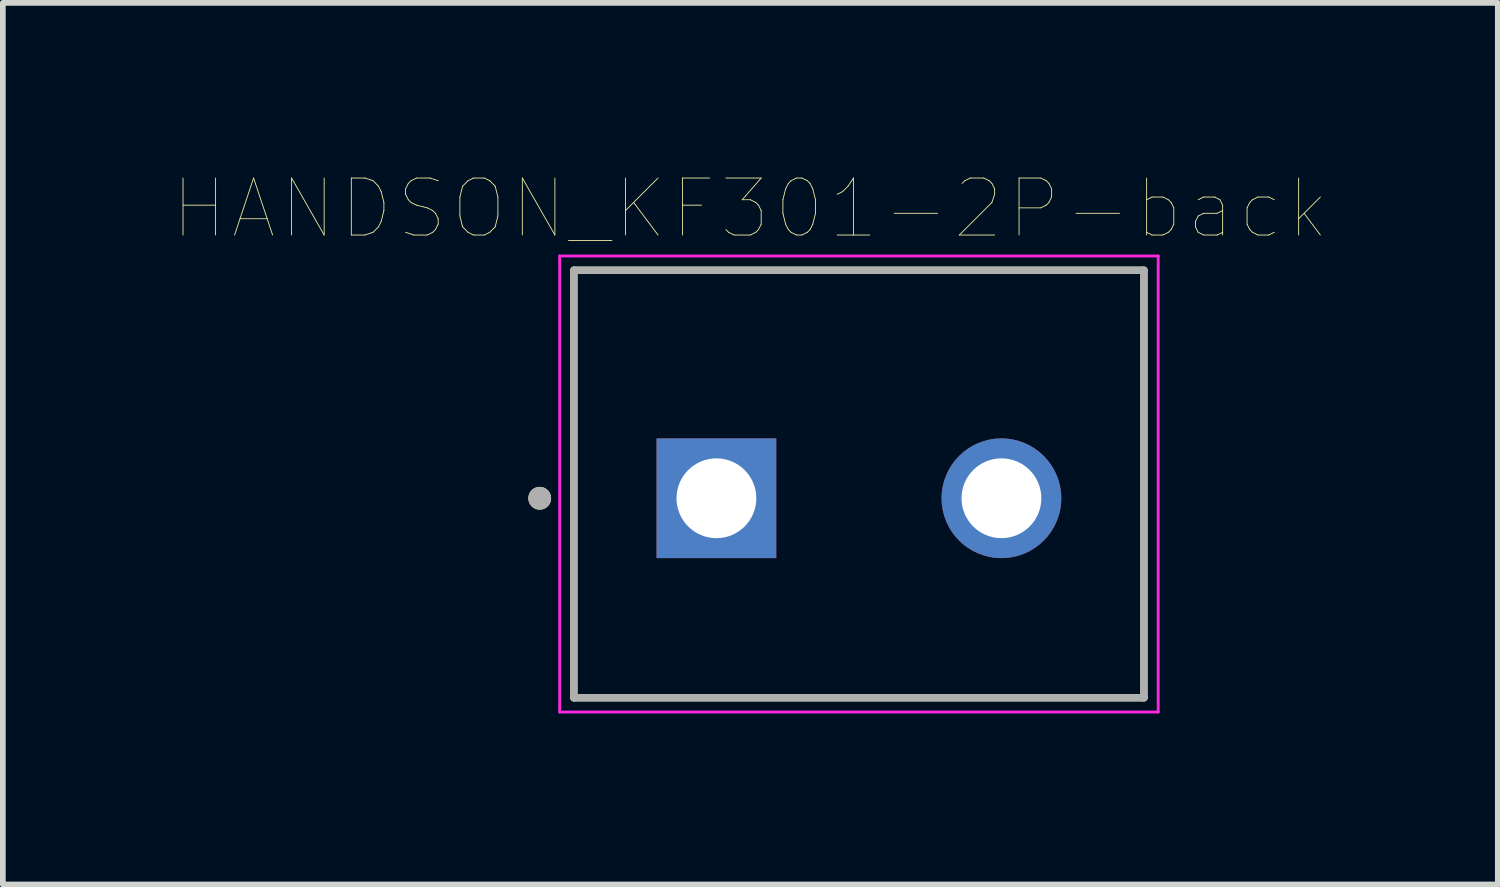
<source format=kicad_pcb>
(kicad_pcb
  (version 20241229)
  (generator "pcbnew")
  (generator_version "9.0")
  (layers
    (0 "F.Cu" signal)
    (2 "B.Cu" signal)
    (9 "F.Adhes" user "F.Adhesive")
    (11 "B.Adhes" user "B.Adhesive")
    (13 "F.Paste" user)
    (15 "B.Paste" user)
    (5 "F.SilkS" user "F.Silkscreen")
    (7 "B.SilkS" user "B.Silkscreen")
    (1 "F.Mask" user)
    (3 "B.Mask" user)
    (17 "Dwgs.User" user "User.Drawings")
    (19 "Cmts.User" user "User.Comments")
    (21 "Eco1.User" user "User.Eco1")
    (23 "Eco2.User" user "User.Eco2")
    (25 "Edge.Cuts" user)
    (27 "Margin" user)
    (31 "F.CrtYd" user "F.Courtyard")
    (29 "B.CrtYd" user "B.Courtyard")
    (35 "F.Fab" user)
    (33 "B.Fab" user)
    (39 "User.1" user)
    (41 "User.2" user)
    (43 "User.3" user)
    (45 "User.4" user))
  (footprint "HANDSON_KF301-2P-back"
    (layer "F.Cu")
    (at 12.018 5.691)
    (property "Reference" "HANDSON_KF301-2P-back" (at -1.905 -5.08 0) (layer "F.SilkS") (effects (font (size 1 1) (thickness 0.015))))
    (attr through_hole)
    (fp_line (start -5 -4) (end 5 -4) (stroke (width 0.127) (type solid)) (layer "F.SilkS"))
    (fp_line (start -5 3.5) (end -5 -4) (stroke (width 0.127) (type solid)) (layer "F.SilkS"))
    (fp_line (start 5 -4) (end 5 3.5) (stroke (width 0.127) (type solid)) (layer "F.SilkS"))
    (fp_line (start 5 3.5) (end -5 3.5) (stroke (width 0.127) (type solid)) (layer "F.SilkS"))
    (fp_circle (center -5.6 0) (end -5.5 0) (stroke (width 0.2) (type solid)) (fill no) (layer "F.SilkS"))
    (fp_line (start -5.25 -4.25) (end 5.25 -4.25) (stroke (width 0.05) (type solid)) (layer "F.CrtYd"))
    (fp_line (start -5.25 3.75) (end -5.25 -4.25) (stroke (width 0.05) (type solid)) (layer "F.CrtYd"))
    (fp_line (start 5.25 -4.25) (end 5.25 3.75) (stroke (width 0.05) (type solid)) (layer "F.CrtYd"))
    (fp_line (start 5.25 3.75) (end -5.25 3.75) (stroke (width 0.05) (type solid)) (layer "F.CrtYd"))
    (fp_line (start -5 -4) (end 5 -4) (stroke (width 0.127) (type solid)) (layer "F.Fab"))
    (fp_line (start -5 3.5) (end -5 -4) (stroke (width 0.127) (type solid)) (layer "F.Fab"))
    (fp_line (start 5 -4) (end 5 3.5) (stroke (width 0.127) (type solid)) (layer "F.Fab"))
    (fp_line (start 5 3.5) (end -5 3.5) (stroke (width 0.127) (type solid)) (layer "F.Fab"))
    (fp_circle (center -5.6 0) (end -5.5 0) (stroke (width 0.2) (type solid)) (fill no) (layer "F.Fab"))
    (pad "1" thru_hole rect (at -2.5 0) (size 2.1 2.1) (drill 1.4) (layers "*.Cu" "*.Mask"))
    (pad "2" thru_hole circle (at 2.5 0) (size 2.1 2.1) (drill 1.4) (layers "*.Cu" "*.Mask")))
  (gr_rect
    (start -3 -3)
    (end 23.226 12.466)
    (stroke (width 0.1) (type default))
    (fill no)
    (layer "Edge.Cuts")))
</source>
